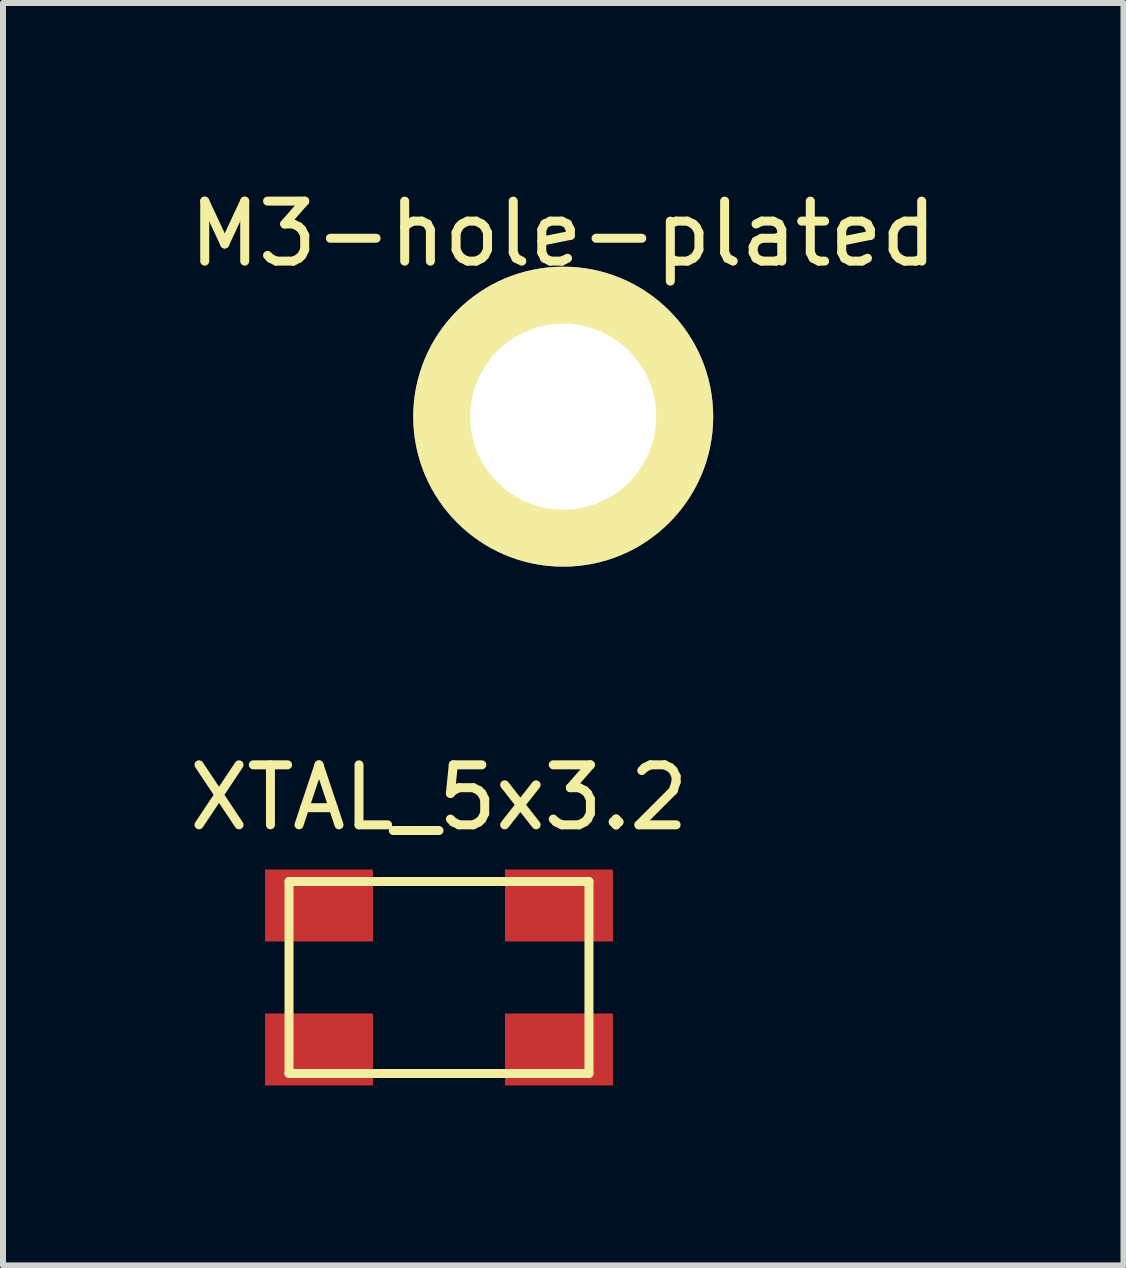
<source format=kicad_pcb>
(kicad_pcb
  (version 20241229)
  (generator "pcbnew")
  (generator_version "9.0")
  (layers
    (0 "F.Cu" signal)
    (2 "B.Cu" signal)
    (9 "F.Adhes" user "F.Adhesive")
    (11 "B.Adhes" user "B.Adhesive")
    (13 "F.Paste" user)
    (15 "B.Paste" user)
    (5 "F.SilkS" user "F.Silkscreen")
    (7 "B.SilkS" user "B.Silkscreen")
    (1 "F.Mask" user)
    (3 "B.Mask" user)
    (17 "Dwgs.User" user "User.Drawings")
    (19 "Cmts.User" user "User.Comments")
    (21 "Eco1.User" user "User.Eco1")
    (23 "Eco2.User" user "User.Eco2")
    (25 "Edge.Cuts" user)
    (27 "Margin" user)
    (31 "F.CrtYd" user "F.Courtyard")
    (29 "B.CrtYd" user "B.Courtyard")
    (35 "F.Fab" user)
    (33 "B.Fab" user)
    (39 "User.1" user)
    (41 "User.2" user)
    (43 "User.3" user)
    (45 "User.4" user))
  (footprint "M3-hole-plated"
    (layer "F.Cu")
    (at 6.339 3.896)
    (property "Reference" "M3-hole-plated" (at 0 -3.048 0) (layer "F.SilkS") (effects (font (size 1 1) (thickness 0.15))))
    (attr through_hole)
    (pad "1" thru_hole circle (at 0 0) (size 5 5) (drill 3.1) (layers "*.Cu" "*.Mask" "F.SilkS")))
  (footprint "XTAL_5x3.2"
    (layer "F.Cu")
    (at 4.268 13.245)
    (property "Reference" "XTAL_5x3.2" (at 0 -3 0) (layer "F.SilkS") (effects (font (size 1 1) (thickness 0.15))))
    (attr through_hole)
    (fp_line (start -2.5 -1.6) (end 2.5 -1.6) (stroke (width 0.15) (type solid)) (layer "F.SilkS"))
    (fp_line (start -2.5 1.6) (end -2.5 -1.6) (stroke (width 0.15) (type solid)) (layer "F.SilkS"))
    (fp_line (start 2.5 -1.6) (end 2.5 1.6) (stroke (width 0.15) (type solid)) (layer "F.SilkS"))
    (fp_line (start 2.5 1.6) (end -2.5 1.6) (stroke (width 0.15) (type solid)) (layer "F.SilkS"))
    (pad "1" smd rect (at -2 1.2) (size 1.8 1.2) (layers "F.Cu" "F.Mask" "F.Paste"))
    (pad "2" smd rect (at 2 -1.2) (size 1.8 1.2) (layers "F.Cu" "F.Mask" "F.Paste"))
    (pad "3" smd rect (at 2 1.2) (size 1.8 1.2) (layers "F.Cu" "F.Mask" "F.Paste"))
    (pad "4" smd rect (at -2 -1.2) (size 1.8 1.2) (layers "F.Cu" "F.Mask" "F.Paste")))
  (gr_rect
    (start -3 -3)
    (end 15.679 18.044)
    (stroke (width 0.1) (type default))
    (fill no)
    (layer "Edge.Cuts")))
</source>
